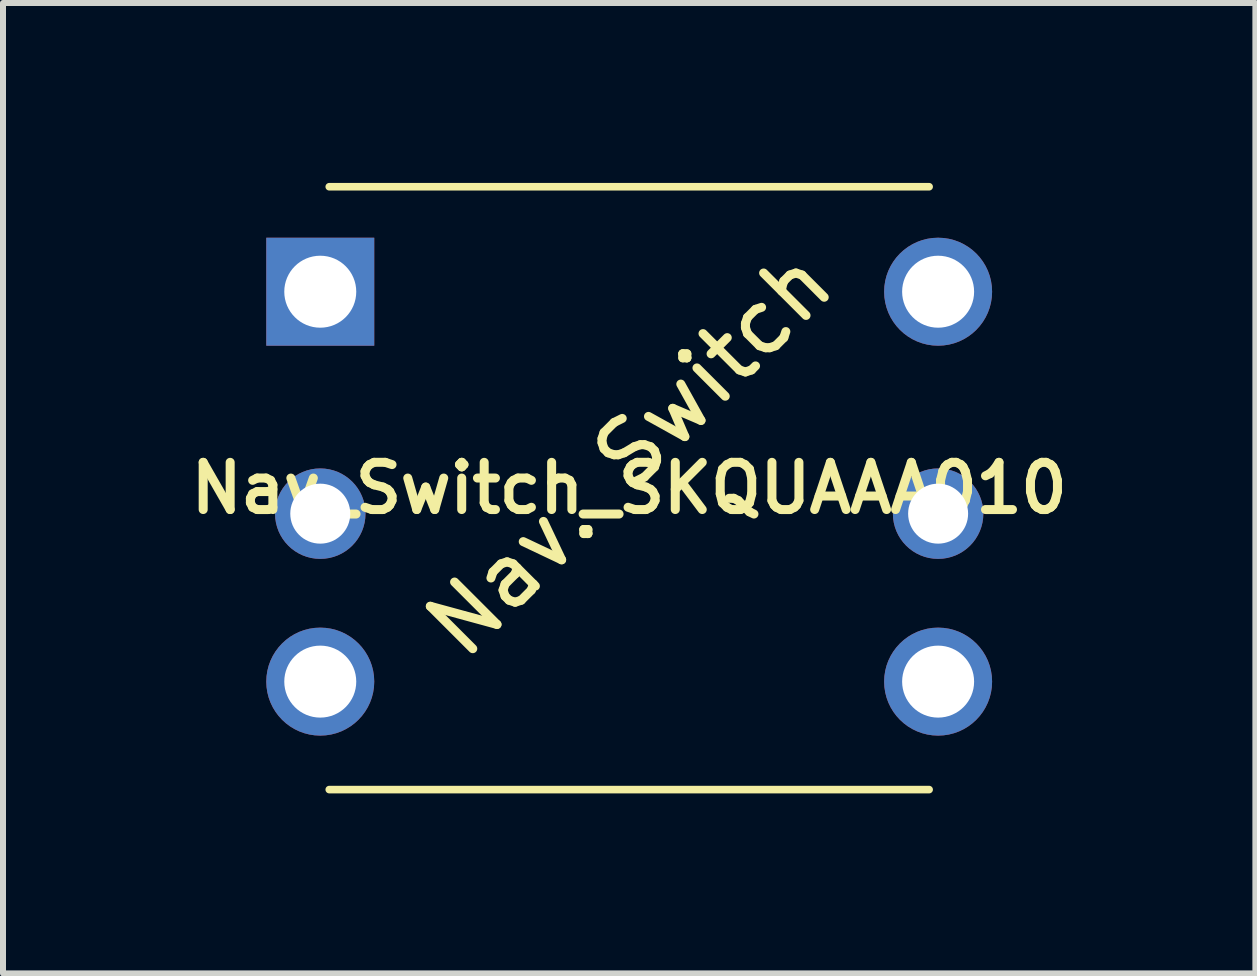
<source format=kicad_pcb>
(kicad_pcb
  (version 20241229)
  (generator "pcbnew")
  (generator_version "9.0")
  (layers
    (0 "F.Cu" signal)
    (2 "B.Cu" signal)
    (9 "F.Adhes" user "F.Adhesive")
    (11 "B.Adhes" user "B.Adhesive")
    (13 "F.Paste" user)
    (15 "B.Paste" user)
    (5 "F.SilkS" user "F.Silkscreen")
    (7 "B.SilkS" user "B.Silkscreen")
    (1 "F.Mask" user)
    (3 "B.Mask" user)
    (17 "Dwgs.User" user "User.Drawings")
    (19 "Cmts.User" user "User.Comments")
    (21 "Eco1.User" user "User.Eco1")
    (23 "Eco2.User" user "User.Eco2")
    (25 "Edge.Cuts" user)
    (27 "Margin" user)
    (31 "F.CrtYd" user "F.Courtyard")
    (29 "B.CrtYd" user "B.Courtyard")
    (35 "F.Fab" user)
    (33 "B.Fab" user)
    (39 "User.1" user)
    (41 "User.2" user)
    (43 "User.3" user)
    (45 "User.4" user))
  (footprint "Nav_Switch_SKQUAAA010"
    (layer "F.Cu")
    (at 7.439 5.088)
    (property "Reference" "Nav_Switch_SKQUAAA010" (at 0 0 0) (layer "F.SilkS") (effects (font (size 0.787 0.787) (thickness 0.15))))
    (attr through_hole)
    (fp_line (start -5 -5.025) (end 5 -5.025) (stroke (width 0.127) (type solid)) (layer "F.SilkS"))
    (fp_line (start -5 5.025) (end 5 5.025) (stroke (width 0.127) (type solid)) (layer "F.SilkS"))
    (fp_text user "Nav. Switch" (at -0.000001 -0.575 45) (unlocked yes) (layer "F.SilkS") (effects (font (size 1 1) (thickness 0.15))))
    (pad "1" thru_hole rect (at -5.15 -3.275) (size 1.8 1.8) (drill 1.2) (layers "*.Cu" "*.Mask"))
    (pad "2" thru_hole circle (at -5.15 0.425) (size 1.508 1.508) (drill 1) (layers "*.Cu" "*.Mask"))
    (pad "3" thru_hole circle (at -5.15 3.225) (size 1.8 1.8) (drill 1.2) (layers "*.Cu" "*.Mask"))
    (pad "4" thru_hole circle (at 5.15 3.225) (size 1.8 1.8) (drill 1.2) (layers "*.Cu" "*.Mask"))
    (pad "5" thru_hole circle (at 5.15 0.425) (size 1.508 1.508) (drill 1) (layers "*.Cu" "*.Mask"))
    (pad "6" thru_hole circle (at 5.15 -3.275) (size 1.8 1.8) (drill 1.2) (layers "*.Cu" "*.Mask")))
  (gr_rect
    (start -3 -3)
    (end 17.878 13.177)
    (stroke (width 0.1) (type default))
    (fill no)
    (layer "Edge.Cuts")))
</source>
